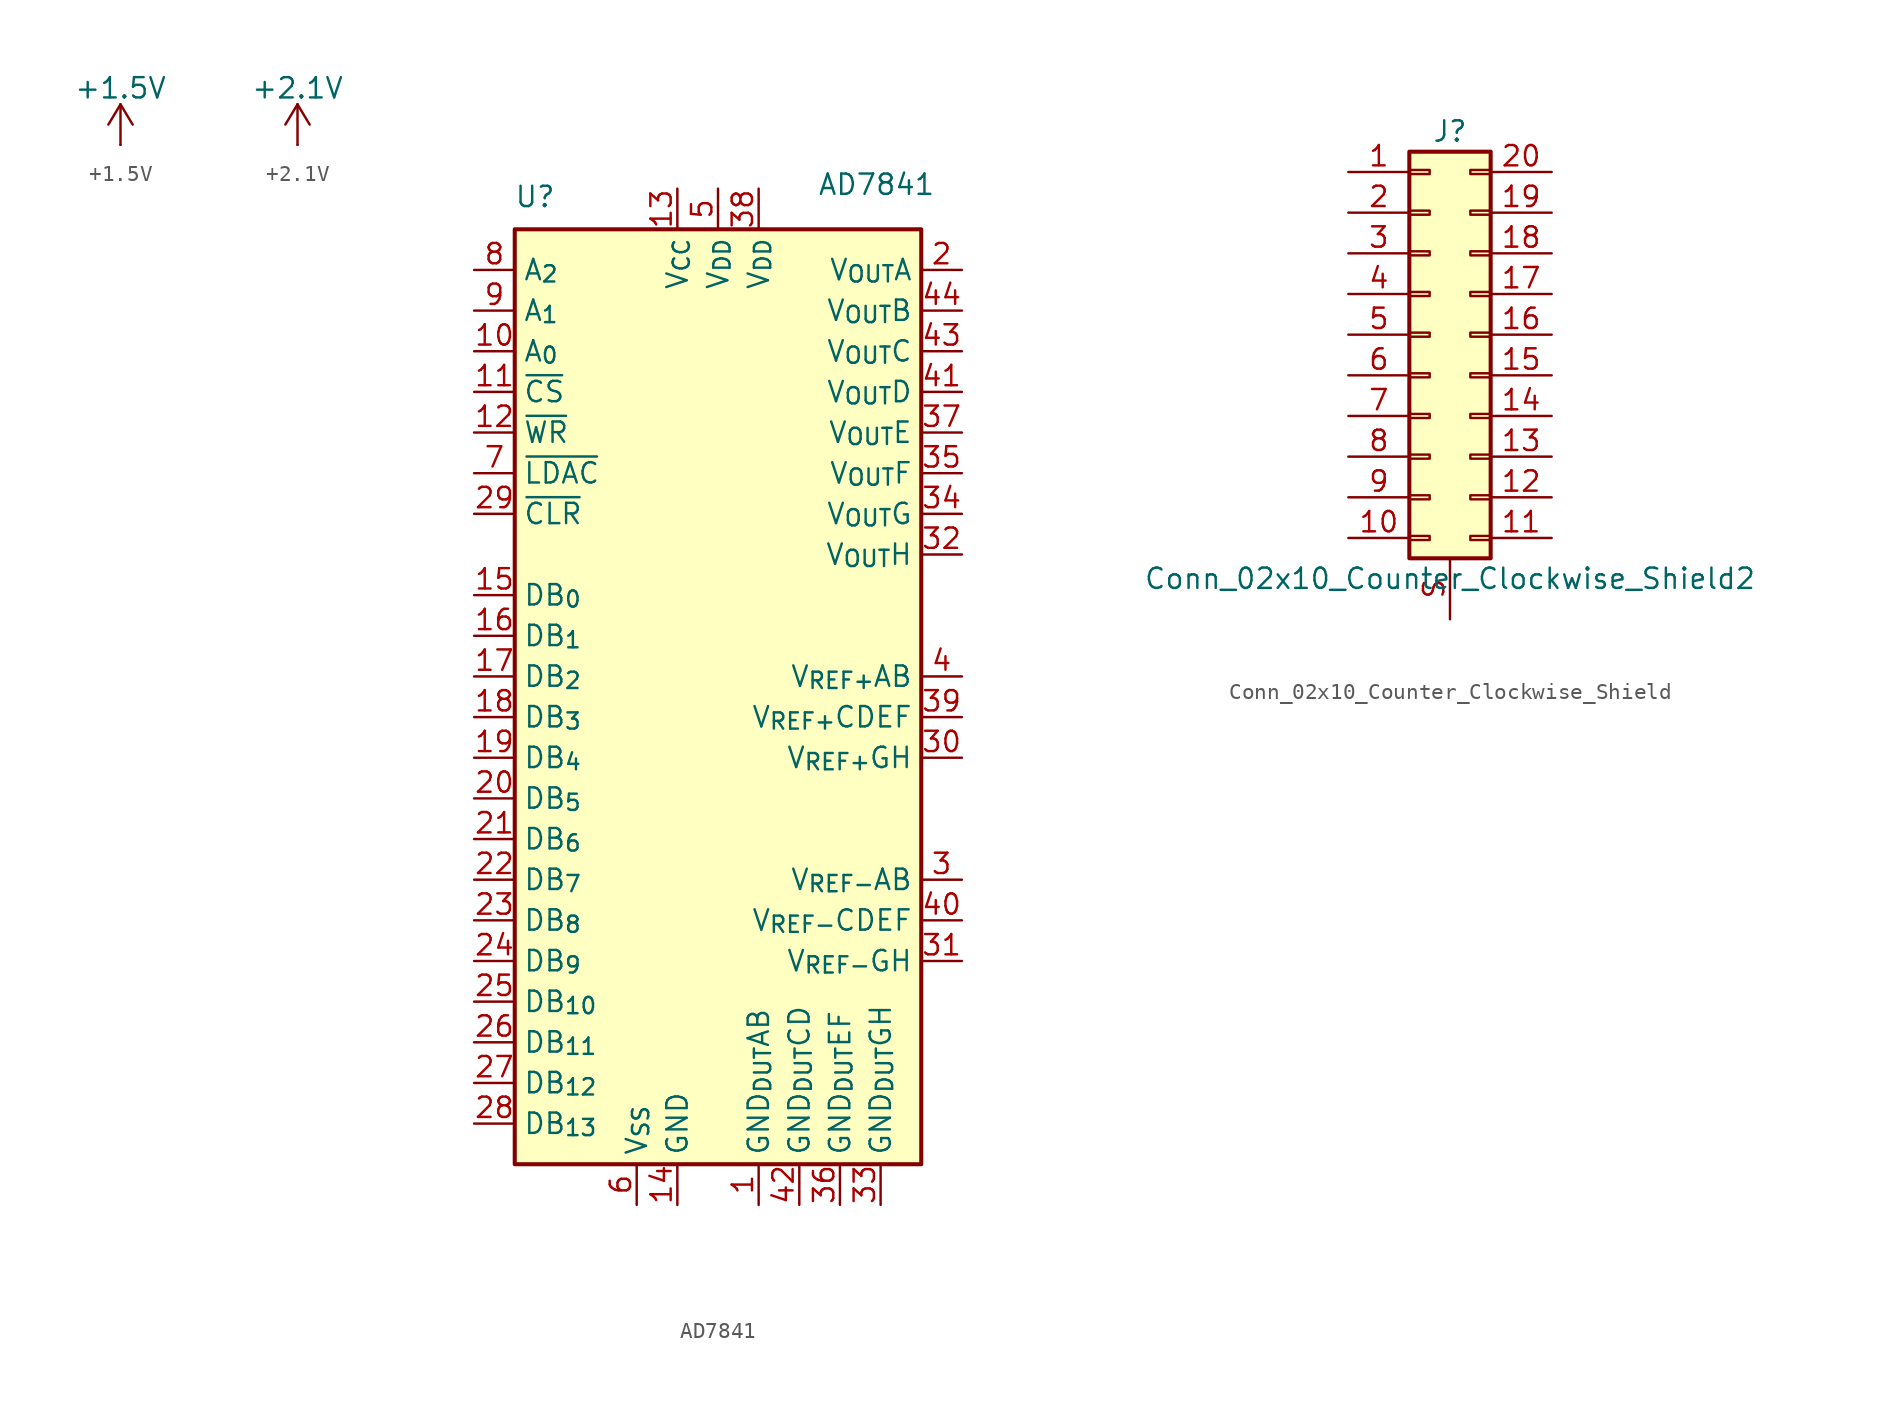
<source format=kicad_sym>
(kicad_symbol_lib
  (version 20231120)
  (generator "kicad_symbol_editor")
  (generator_version "8.0")
  (symbol "+1.5V"
    (power)
    (pin_numbers hide)
    (pin_names
      (offset 0) hide)
    (property "Reference" "#PWR"
      (at 0 -3.81 0)
      (effects (font (size 1.27 1.27)) (hide yes)))
    (property "Value" "+1.5V"
      (at 0 3.556 0)
      (effects (font (size 1.27 1.27))))
    (symbol "+1.5V_0_1"
      (polyline (pts (xy -0.762 1.27) (xy 0 2.54)) (stroke (width 0) (type default)) (fill (type none)))
      (polyline (pts (xy 0 0) (xy 0 2.54)) (stroke (width 0) (type default)) (fill (type none)))
      (polyline (pts (xy 0 2.54) (xy 0.762 1.27)) (stroke (width 0) (type default)) (fill (type none))))
    (symbol "+1.5V_1_1"
      (pin power_in line (at 0 0 90) (length 0) (name "~" (effects (font (size 1.27 1.27)))) (number "1" (effects (font (size 1.27 1.27)))))))
  (symbol "+2.1V"
    (power)
    (pin_numbers hide)
    (pin_names
      (offset 0) hide)
    (property "Reference" "#PWR"
      (at 0 -3.81 0)
      (effects (font (size 1.27 1.27)) (hide yes)))
    (property "Value" "+2.1V"
      (at 0 3.556 0)
      (effects (font (size 1.27 1.27))))
    (symbol "+2.1V_0_1"
      (polyline (pts (xy -0.762 1.27) (xy 0 2.54)) (stroke (width 0) (type default)) (fill (type none)))
      (polyline (pts (xy 0 0) (xy 0 2.54)) (stroke (width 0) (type default)) (fill (type none)))
      (polyline (pts (xy 0 2.54) (xy 0.762 1.27)) (stroke (width 0) (type default)) (fill (type none))))
    (symbol "+2.1V_1_1"
      (pin power_in line (at 0 0 90) (length 0) (name "~" (effects (font (size 1.27 1.27)))) (number "1" (effects (font (size 1.27 1.27)))))))
  (symbol "AD7841"
    (property "Reference" "U"
      (at -11.43 31.242 0)
      (effects (font (size 1.27 1.27))))
    (property "Value" "AD7841"
      (at 9.906 32.004 0)
      (effects (font (size 1.27 1.27))))
    (symbol "AD7841_1_1"
      (rectangle (start -12.7 29.21) (end 12.7 -29.21) (stroke (width 0.254) (type default)) (fill (type background)))
      (pin power_in line (at 2.54 -31.75 90) (length 2.54) (name "GND_{DUT}AB" (effects (font (size 1.27 1.27)))) (number "1" (effects (font (size 1.27 1.27)))))
      (pin input line (at -15.24 21.59 0) (length 2.54) (name "A_{0}" (effects (font (size 1.27 1.27)))) (number "10" (effects (font (size 1.27 1.27)))))
      (pin input line (at -15.24 19.05 0) (length 2.54) (name "~{CS}" (effects (font (size 1.27 1.27)))) (number "11" (effects (font (size 1.27 1.27)))))
      (pin input line (at -15.24 16.51 0) (length 2.54) (name "~{WR}" (effects (font (size 1.27 1.27)))) (number "12" (effects (font (size 1.27 1.27)))))
      (pin power_in line (at -2.54 31.75 270) (length 2.54) (name "V_{CC}" (effects (font (size 1.27 1.27)))) (number "13" (effects (font (size 1.27 1.27)))))
      (pin power_in line (at -2.54 -31.75 90) (length 2.54) (name "GND" (effects (font (size 1.27 1.27)))) (number "14" (effects (font (size 1.27 1.27)))))
      (pin input line (at -15.24 6.35 0) (length 2.54) (name "DB_{0}" (effects (font (size 1.27 1.27)))) (number "15" (effects (font (size 1.27 1.27)))))
      (pin input line (at -15.24 3.81 0) (length 2.54) (name "DB_{1}" (effects (font (size 1.27 1.27)))) (number "16" (effects (font (size 1.27 1.27)))))
      (pin input line (at -15.24 1.27 0) (length 2.54) (name "DB_{2}" (effects (font (size 1.27 1.27)))) (number "17" (effects (font (size 1.27 1.27)))))
      (pin input line (at -15.24 -1.27 0) (length 2.54) (name "DB_{3}" (effects (font (size 1.27 1.27)))) (number "18" (effects (font (size 1.27 1.27)))))
      (pin input line (at -15.24 -3.81 0) (length 2.54) (name "DB_{4}" (effects (font (size 1.27 1.27)))) (number "19" (effects (font (size 1.27 1.27)))))
      (pin output line (at 15.24 26.67 180) (length 2.54) (name "V_{OUT}A" (effects (font (size 1.27 1.27)))) (number "2" (effects (font (size 1.27 1.27)))))
      (pin input line (at -15.24 -6.35 0) (length 2.54) (name "DB_{5}" (effects (font (size 1.27 1.27)))) (number "20" (effects (font (size 1.27 1.27)))))
      (pin input line (at -15.24 -8.89 0) (length 2.54) (name "DB_{6}" (effects (font (size 1.27 1.27)))) (number "21" (effects (font (size 1.27 1.27)))))
      (pin input line (at -15.24 -11.43 0) (length 2.54) (name "DB_{7}" (effects (font (size 1.27 1.27)))) (number "22" (effects (font (size 1.27 1.27)))))
      (pin input line (at -15.24 -13.97 0) (length 2.54) (name "DB_{8}" (effects (font (size 1.27 1.27)))) (number "23" (effects (font (size 1.27 1.27)))))
      (pin input line (at -15.24 -16.51 0) (length 2.54) (name "DB_{9}" (effects (font (size 1.27 1.27)))) (number "24" (effects (font (size 1.27 1.27)))))
      (pin input line (at -15.24 -19.05 0) (length 2.54) (name "DB_{10}" (effects (font (size 1.27 1.27)))) (number "25" (effects (font (size 1.27 1.27)))))
      (pin input line (at -15.24 -21.59 0) (length 2.54) (name "DB_{11}" (effects (font (size 1.27 1.27)))) (number "26" (effects (font (size 1.27 1.27)))))
      (pin input line (at -15.24 -24.13 0) (length 2.54) (name "DB_{12}" (effects (font (size 1.27 1.27)))) (number "27" (effects (font (size 1.27 1.27)))))
      (pin input line (at -15.24 -26.67 0) (length 2.54) (name "DB_{13}" (effects (font (size 1.27 1.27)))) (number "28" (effects (font (size 1.27 1.27)))))
      (pin input line (at -15.24 11.43 0) (length 2.54) (name "~{CLR}" (effects (font (size 1.27 1.27)))) (number "29" (effects (font (size 1.27 1.27)))))
      (pin input line (at 15.24 -11.43 180) (length 2.54) (name "V_{REF-}AB" (effects (font (size 1.27 1.27)))) (number "3" (effects (font (size 1.27 1.27)))))
      (pin input line (at 15.24 -3.81 180) (length 2.54) (name "V_{REF+}GH" (effects (font (size 1.27 1.27)))) (number "30" (effects (font (size 1.27 1.27)))))
      (pin input line (at 15.24 -16.51 180) (length 2.54) (name "V_{REF-}GH" (effects (font (size 1.27 1.27)))) (number "31" (effects (font (size 1.27 1.27)))))
      (pin output line (at 15.24 8.89 180) (length 2.54) (name "V_{OUT}H" (effects (font (size 1.27 1.27)))) (number "32" (effects (font (size 1.27 1.27)))))
      (pin power_in line (at 10.16 -31.75 90) (length 2.54) (name "GND_{DUT}GH" (effects (font (size 1.27 1.27)))) (number "33" (effects (font (size 1.27 1.27)))))
      (pin output line (at 15.24 11.43 180) (length 2.54) (name "V_{OUT}G" (effects (font (size 1.27 1.27)))) (number "34" (effects (font (size 1.27 1.27)))))
      (pin output line (at 15.24 13.97 180) (length 2.54) (name "V_{OUT}F" (effects (font (size 1.27 1.27)))) (number "35" (effects (font (size 1.27 1.27)))))
      (pin power_in line (at 7.62 -31.75 90) (length 2.54) (name "GND_{DUT}EF" (effects (font (size 1.27 1.27)))) (number "36" (effects (font (size 1.27 1.27)))))
      (pin output line (at 15.24 16.51 180) (length 2.54) (name "V_{OUT}E" (effects (font (size 1.27 1.27)))) (number "37" (effects (font (size 1.27 1.27)))))
      (pin power_in line (at 2.54 31.75 270) (length 2.54) (name "V_{DD}" (effects (font (size 1.27 1.27)))) (number "38" (effects (font (size 1.27 1.27)))))
      (pin input line (at 15.24 -1.27 180) (length 2.54) (name "V_{REF+}CDEF" (effects (font (size 1.27 1.27)))) (number "39" (effects (font (size 1.27 1.27)))))
      (pin input line (at 15.24 1.27 180) (length 2.54) (name "V_{REF+}AB" (effects (font (size 1.27 1.27)))) (number "4" (effects (font (size 1.27 1.27)))))
      (pin input line (at 15.24 -13.97 180) (length 2.54) (name "V_{REF-}CDEF" (effects (font (size 1.27 1.27)))) (number "40" (effects (font (size 1.27 1.27)))))
      (pin output line (at 15.24 19.05 180) (length 2.54) (name "V_{OUT}D" (effects (font (size 1.27 1.27)))) (number "41" (effects (font (size 1.27 1.27)))))
      (pin power_in line (at 5.08 -31.75 90) (length 2.54) (name "GND_{DUT}CD" (effects (font (size 1.27 1.27)))) (number "42" (effects (font (size 1.27 1.27)))))
      (pin output line (at 15.24 21.59 180) (length 2.54) (name "V_{OUT}C" (effects (font (size 1.27 1.27)))) (number "43" (effects (font (size 1.27 1.27)))))
      (pin output line (at 15.24 24.13 180) (length 2.54) (name "V_{OUT}B" (effects (font (size 1.27 1.27)))) (number "44" (effects (font (size 1.27 1.27)))))
      (pin power_in line (at 0 31.75 270) (length 2.54) (name "V_{DD}" (effects (font (size 1.27 1.27)))) (number "5" (effects (font (size 1.27 1.27)))))
      (pin power_in line (at -5.08 -31.75 90) (length 2.54) (name "V_{SS}" (effects (font (size 1.27 1.27)))) (number "6" (effects (font (size 1.27 1.27)))))
      (pin input line (at -15.24 13.97 0) (length 2.54) (name "~{LDAC}" (effects (font (size 1.27 1.27)))) (number "7" (effects (font (size 1.27 1.27)))))
      (pin input line (at -15.24 26.67 0) (length 2.54) (name "A_{2}" (effects (font (size 1.27 1.27)))) (number "8" (effects (font (size 1.27 1.27)))))
      (pin input line (at -15.24 24.13 0) (length 2.54) (name "A_{1}" (effects (font (size 1.27 1.27)))) (number "9" (effects (font (size 1.27 1.27)))))))
  (symbol "Conn_02x10_Counter_Clockwise_Shield"
    (pin_names
      (offset 1.016) hide)
    (property "Reference" "J"
      (at 1.27 12.7 0)
      (effects (font (size 1.27 1.27))))
    (property "Value" "Conn_02x10_Counter_Clockwise_Shield2"
      (at 1.27 -15.24 0)
      (effects (font (size 1.27 1.27))))
    (symbol "Conn_02x10_Counter_Clockwise_Shield_1_1"
      (rectangle (start -1.27 -12.573) (end 0 -12.827) (stroke (width 0.152) (type default)) (fill (type none)))
      (rectangle (start -1.27 -10.033) (end 0 -10.287) (stroke (width 0.152) (type default)) (fill (type none)))
      (rectangle (start -1.27 -7.493) (end 0 -7.747) (stroke (width 0.152) (type default)) (fill (type none)))
      (rectangle (start -1.27 -4.953) (end 0 -5.207) (stroke (width 0.152) (type default)) (fill (type none)))
      (rectangle (start -1.27 -2.413) (end 0 -2.667) (stroke (width 0.152) (type default)) (fill (type none)))
      (rectangle (start -1.27 0.127) (end 0 -0.127) (stroke (width 0.152) (type default)) (fill (type none)))
      (rectangle (start -1.27 2.667) (end 0 2.413) (stroke (width 0.152) (type default)) (fill (type none)))
      (rectangle (start -1.27 5.207) (end 0 4.953) (stroke (width 0.152) (type default)) (fill (type none)))
      (rectangle (start -1.27 7.747) (end 0 7.493) (stroke (width 0.152) (type default)) (fill (type none)))
      (rectangle (start -1.27 10.287) (end 0 10.033) (stroke (width 0.152) (type default)) (fill (type none)))
      (rectangle (start -1.27 11.43) (end 3.81 -13.97) (stroke (width 0.254) (type default)) (fill (type background)))
      (rectangle (start 3.81 -12.573) (end 2.54 -12.827) (stroke (width 0.152) (type default)) (fill (type none)))
      (rectangle (start 3.81 -10.033) (end 2.54 -10.287) (stroke (width 0.152) (type default)) (fill (type none)))
      (rectangle (start 3.81 -7.493) (end 2.54 -7.747) (stroke (width 0.152) (type default)) (fill (type none)))
      (rectangle (start 3.81 -4.953) (end 2.54 -5.207) (stroke (width 0.152) (type default)) (fill (type none)))
      (rectangle (start 3.81 -2.413) (end 2.54 -2.667) (stroke (width 0.152) (type default)) (fill (type none)))
      (rectangle (start 3.81 0.127) (end 2.54 -0.127) (stroke (width 0.152) (type default)) (fill (type none)))
      (rectangle (start 3.81 2.667) (end 2.54 2.413) (stroke (width 0.152) (type default)) (fill (type none)))
      (rectangle (start 3.81 5.207) (end 2.54 4.953) (stroke (width 0.152) (type default)) (fill (type none)))
      (rectangle (start 3.81 7.747) (end 2.54 7.493) (stroke (width 0.152) (type default)) (fill (type none)))
      (rectangle (start 3.81 10.287) (end 2.54 10.033) (stroke (width 0.152) (type default)) (fill (type none)))
      (pin passive line (at -5.08 10.16 0) (length 3.81) (name "Pin_1" (effects (font (size 1.27 1.27)))) (number "1" (effects (font (size 1.27 1.27)))))
      (pin passive line (at -5.08 -12.7 0) (length 3.81) (name "Pin_10" (effects (font (size 1.27 1.27)))) (number "10" (effects (font (size 1.27 1.27)))))
      (pin passive line (at 7.62 -12.7 180) (length 3.81) (name "Pin_11" (effects (font (size 1.27 1.27)))) (number "11" (effects (font (size 1.27 1.27)))))
      (pin passive line (at 7.62 -10.16 180) (length 3.81) (name "Pin_12" (effects (font (size 1.27 1.27)))) (number "12" (effects (font (size 1.27 1.27)))))
      (pin passive line (at 7.62 -7.62 180) (length 3.81) (name "Pin_13" (effects (font (size 1.27 1.27)))) (number "13" (effects (font (size 1.27 1.27)))))
      (pin passive line (at 7.62 -5.08 180) (length 3.81) (name "Pin_14" (effects (font (size 1.27 1.27)))) (number "14" (effects (font (size 1.27 1.27)))))
      (pin passive line (at 7.62 -2.54 180) (length 3.81) (name "Pin_15" (effects (font (size 1.27 1.27)))) (number "15" (effects (font (size 1.27 1.27)))))
      (pin passive line (at 7.62 0 180) (length 3.81) (name "Pin_16" (effects (font (size 1.27 1.27)))) (number "16" (effects (font (size 1.27 1.27)))))
      (pin passive line (at 7.62 2.54 180) (length 3.81) (name "Pin_17" (effects (font (size 1.27 1.27)))) (number "17" (effects (font (size 1.27 1.27)))))
      (pin passive line (at 7.62 5.08 180) (length 3.81) (name "Pin_18" (effects (font (size 1.27 1.27)))) (number "18" (effects (font (size 1.27 1.27)))))
      (pin passive line (at 7.62 7.62 180) (length 3.81) (name "Pin_19" (effects (font (size 1.27 1.27)))) (number "19" (effects (font (size 1.27 1.27)))))
      (pin passive line (at -5.08 7.62 0) (length 3.81) (name "Pin_2" (effects (font (size 1.27 1.27)))) (number "2" (effects (font (size 1.27 1.27)))))
      (pin passive line (at 7.62 10.16 180) (length 3.81) (name "Pin_20" (effects (font (size 1.27 1.27)))) (number "20" (effects (font (size 1.27 1.27)))))
      (pin passive line (at -5.08 5.08 0) (length 3.81) (name "Pin_3" (effects (font (size 1.27 1.27)))) (number "3" (effects (font (size 1.27 1.27)))))
      (pin passive line (at -5.08 2.54 0) (length 3.81) (name "Pin_4" (effects (font (size 1.27 1.27)))) (number "4" (effects (font (size 1.27 1.27)))))
      (pin passive line (at -5.08 0 0) (length 3.81) (name "Pin_5" (effects (font (size 1.27 1.27)))) (number "5" (effects (font (size 1.27 1.27)))))
      (pin passive line (at -5.08 -2.54 0) (length 3.81) (name "Pin_6" (effects (font (size 1.27 1.27)))) (number "6" (effects (font (size 1.27 1.27)))))
      (pin passive line (at -5.08 -5.08 0) (length 3.81) (name "Pin_7" (effects (font (size 1.27 1.27)))) (number "7" (effects (font (size 1.27 1.27)))))
      (pin passive line (at -5.08 -7.62 0) (length 3.81) (name "Pin_8" (effects (font (size 1.27 1.27)))) (number "8" (effects (font (size 1.27 1.27)))))
      (pin passive line (at -5.08 -10.16 0) (length 3.81) (name "Pin_9" (effects (font (size 1.27 1.27)))) (number "9" (effects (font (size 1.27 1.27)))))
      (pin passive line (at 1.27 -17.78 90) (length 3.81) (name "Pin_10" (effects (font (size 1.27 1.27)))) (number "S" (effects (font (size 1.27 1.27))))))))
</source>
